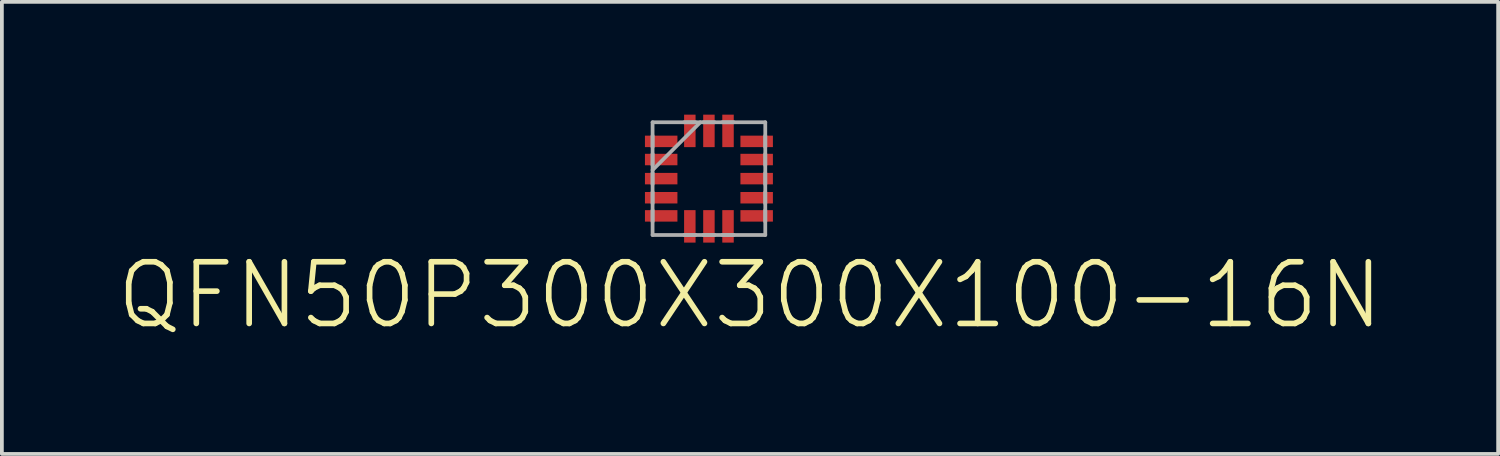
<source format=kicad_pcb>
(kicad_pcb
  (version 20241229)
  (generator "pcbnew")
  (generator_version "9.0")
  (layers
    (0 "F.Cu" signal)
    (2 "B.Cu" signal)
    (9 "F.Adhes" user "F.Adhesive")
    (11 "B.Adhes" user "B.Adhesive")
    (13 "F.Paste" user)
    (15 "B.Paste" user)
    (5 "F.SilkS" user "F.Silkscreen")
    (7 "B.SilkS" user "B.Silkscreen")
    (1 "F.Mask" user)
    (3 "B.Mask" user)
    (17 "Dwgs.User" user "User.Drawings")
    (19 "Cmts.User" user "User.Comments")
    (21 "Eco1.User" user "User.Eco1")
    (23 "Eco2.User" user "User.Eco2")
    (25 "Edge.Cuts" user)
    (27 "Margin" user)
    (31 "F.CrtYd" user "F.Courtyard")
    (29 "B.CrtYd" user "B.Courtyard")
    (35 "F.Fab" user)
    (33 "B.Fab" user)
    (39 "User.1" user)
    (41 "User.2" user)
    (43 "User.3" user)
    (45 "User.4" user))
  (footprint "QFN50P300X300X100-16N"
    (layer "F.Cu")
    (at 15.809 1.702)
    (property "Reference" "QFN50P300X300X100-16N" (at 1.093 3.101 0) (layer "F.SilkS") (effects (font (size 1.641 1.641) (thickness 0.15))))
    (attr smd)
    (fp_line (start -1.499 -1.499) (end -1.499 1.499) (stroke (width 0.1) (type solid)) (layer "F.Fab"))
    (fp_line (start -1.499 -1.143) (end -1.499 -0.838) (stroke (width 0.1) (type solid)) (layer "F.Fab"))
    (fp_line (start -1.499 -0.66) (end -1.499 -0.356) (stroke (width 0.1) (type solid)) (layer "F.Fab"))
    (fp_line (start -1.499 -0.229) (end -0.229 -1.499) (stroke (width 0.1) (type solid)) (layer "F.Fab"))
    (fp_line (start -1.499 -0.152) (end -1.499 0.152) (stroke (width 0.1) (type solid)) (layer "F.Fab"))
    (fp_line (start -1.499 0.356) (end -1.499 0.66) (stroke (width 0.1) (type solid)) (layer "F.Fab"))
    (fp_line (start -1.499 0.838) (end -1.499 1.143) (stroke (width 0.1) (type solid)) (layer "F.Fab"))
    (fp_line (start -1.499 1.499) (end 1.499 1.499) (stroke (width 0.1) (type solid)) (layer "F.Fab"))
    (fp_line (start -0.66 1.499) (end -0.356 1.499) (stroke (width 0.1) (type solid)) (layer "F.Fab"))
    (fp_line (start -0.356 -1.499) (end -0.66 -1.499) (stroke (width 0.1) (type solid)) (layer "F.Fab"))
    (fp_line (start -0.152 1.499) (end 0.152 1.499) (stroke (width 0.1) (type solid)) (layer "F.Fab"))
    (fp_line (start 0.152 -1.499) (end -0.152 -1.499) (stroke (width 0.1) (type solid)) (layer "F.Fab"))
    (fp_line (start 0.356 1.499) (end 0.66 1.499) (stroke (width 0.1) (type solid)) (layer "F.Fab"))
    (fp_line (start 0.66 -1.499) (end 0.356 -1.499) (stroke (width 0.1) (type solid)) (layer "F.Fab"))
    (fp_line (start 1.499 -1.499) (end -1.499 -1.499) (stroke (width 0.1) (type solid)) (layer "F.Fab"))
    (fp_line (start 1.499 -0.838) (end 1.499 -1.143) (stroke (width 0.1) (type solid)) (layer "F.Fab"))
    (fp_line (start 1.499 -0.356) (end 1.499 -0.66) (stroke (width 0.1) (type solid)) (layer "F.Fab"))
    (fp_line (start 1.499 0.152) (end 1.499 -0.152) (stroke (width 0.1) (type solid)) (layer "F.Fab"))
    (fp_line (start 1.499 0.66) (end 1.499 0.356) (stroke (width 0.1) (type solid)) (layer "F.Fab"))
    (fp_line (start 1.499 1.143) (end 1.499 0.838) (stroke (width 0.1) (type solid)) (layer "F.Fab"))
    (fp_line (start 1.499 1.499) (end 1.499 -1.499) (stroke (width 0.1) (type solid)) (layer "F.Fab"))
    (pad "1" smd rect (at -1.27 -0.991) (size 0.864 0.305) (layers "F.Cu" "F.Mask" "F.Paste"))
    (pad "2" smd rect (at -1.27 -0.508) (size 0.864 0.305) (layers "F.Cu" "F.Mask" "F.Paste"))
    (pad "3" smd rect (at -1.27 0) (size 0.864 0.305) (layers "F.Cu" "F.Mask" "F.Paste"))
    (pad "4" smd rect (at -1.27 0.508) (size 0.864 0.305) (layers "F.Cu" "F.Mask" "F.Paste"))
    (pad "5" smd rect (at -1.27 0.991) (size 0.864 0.305) (layers "F.Cu" "F.Mask" "F.Paste"))
    (pad "6" smd rect (at -0.508 1.27) (size 0.305 0.864) (layers "F.Cu" "F.Mask" "F.Paste"))
    (pad "7" smd rect (at 0 1.27) (size 0.305 0.864) (layers "F.Cu" "F.Mask" "F.Paste"))
    (pad "8" smd rect (at 0.508 1.27) (size 0.305 0.864) (layers "F.Cu" "F.Mask" "F.Paste"))
    (pad "9" smd rect (at 1.27 0.991) (size 0.864 0.305) (layers "F.Cu" "F.Mask" "F.Paste"))
    (pad "10" smd rect (at 1.27 0.508) (size 0.864 0.305) (layers "F.Cu" "F.Mask" "F.Paste"))
    (pad "11" smd rect (at 1.27 0) (size 0.864 0.305) (layers "F.Cu" "F.Mask" "F.Paste"))
    (pad "12" smd rect (at 1.27 -0.508) (size 0.864 0.305) (layers "F.Cu" "F.Mask" "F.Paste"))
    (pad "13" smd rect (at 1.27 -0.991) (size 0.864 0.305) (layers "F.Cu" "F.Mask" "F.Paste"))
    (pad "14" smd rect (at 0.508 -1.27) (size 0.305 0.864) (layers "F.Cu" "F.Mask" "F.Paste"))
    (pad "15" smd rect (at 0 -1.27) (size 0.305 0.864) (layers "F.Cu" "F.Mask" "F.Paste"))
    (pad "16" smd rect (at -0.508 -1.27) (size 0.305 0.864) (layers "F.Cu" "F.Mask" "F.Paste")))
  (gr_rect
    (start -3 -3)
    (end 36.804 9.026)
    (stroke (width 0.1) (type default))
    (fill no)
    (layer "Edge.Cuts")))
</source>
